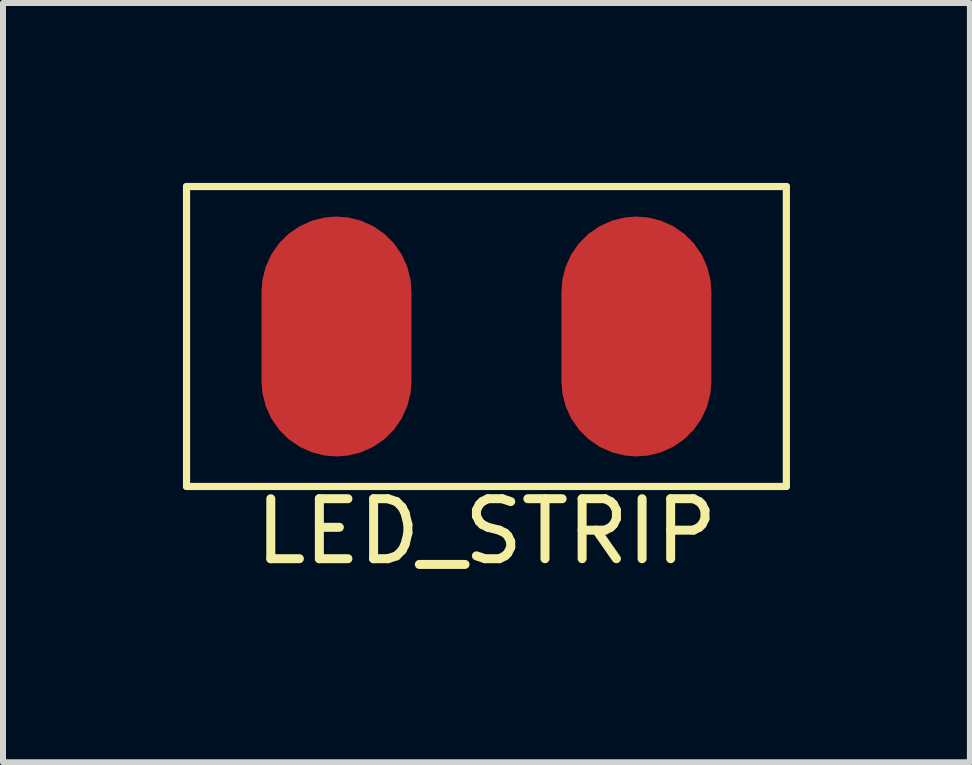
<source format=kicad_pcb>
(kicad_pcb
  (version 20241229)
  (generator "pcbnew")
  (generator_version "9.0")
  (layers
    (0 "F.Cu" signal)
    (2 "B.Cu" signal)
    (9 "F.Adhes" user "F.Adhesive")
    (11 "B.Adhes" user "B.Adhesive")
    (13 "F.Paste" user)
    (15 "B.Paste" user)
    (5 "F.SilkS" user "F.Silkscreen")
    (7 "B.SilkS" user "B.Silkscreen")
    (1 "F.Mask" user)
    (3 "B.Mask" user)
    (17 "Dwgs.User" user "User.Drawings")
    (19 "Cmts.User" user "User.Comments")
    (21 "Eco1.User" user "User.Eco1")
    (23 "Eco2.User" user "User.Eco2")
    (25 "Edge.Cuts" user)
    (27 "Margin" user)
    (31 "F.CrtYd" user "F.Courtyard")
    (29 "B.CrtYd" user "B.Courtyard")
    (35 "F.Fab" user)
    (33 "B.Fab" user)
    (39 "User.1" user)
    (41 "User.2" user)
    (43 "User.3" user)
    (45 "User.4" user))
  (footprint "LED_STRIP"
    (layer "F.Cu")
    (at 5.06 2.56)
    (property "Reference" "LED_STRIP" (at 0 3.25 0) (layer "F.SilkS") (effects (font (size 1 1) (thickness 0.15))))
    (attr through_hole)
    (fp_line (start -5 -2.5) (end -5 2.5) (stroke (width 0.12) (type solid)) (layer "F.SilkS"))
    (fp_line (start -5 2.5) (end 5 2.5) (stroke (width 0.12) (type solid)) (layer "F.SilkS"))
    (fp_line (start 5 -2.5) (end -5 -2.5) (stroke (width 0.12) (type solid)) (layer "F.SilkS"))
    (fp_line (start 5 2.5) (end 5 -2.5) (stroke (width 0.12) (type solid)) (layer "F.SilkS"))
    (pad "1" smd roundrect (at -2.5 0) (size 2.5 4) (layers "F.Cu" "F.Mask" "F.Paste") (roundrect_rratio 0.5))
    (pad "2" smd roundrect (at 2.5 0) (size 2.5 4) (layers "F.Cu" "F.Mask" "F.Paste") (roundrect_rratio 0.5)))
  (gr_rect
    (start -3 -3)
    (end 13.12 9.658)
    (stroke (width 0.1) (type default))
    (fill no)
    (layer "Edge.Cuts")))
</source>
